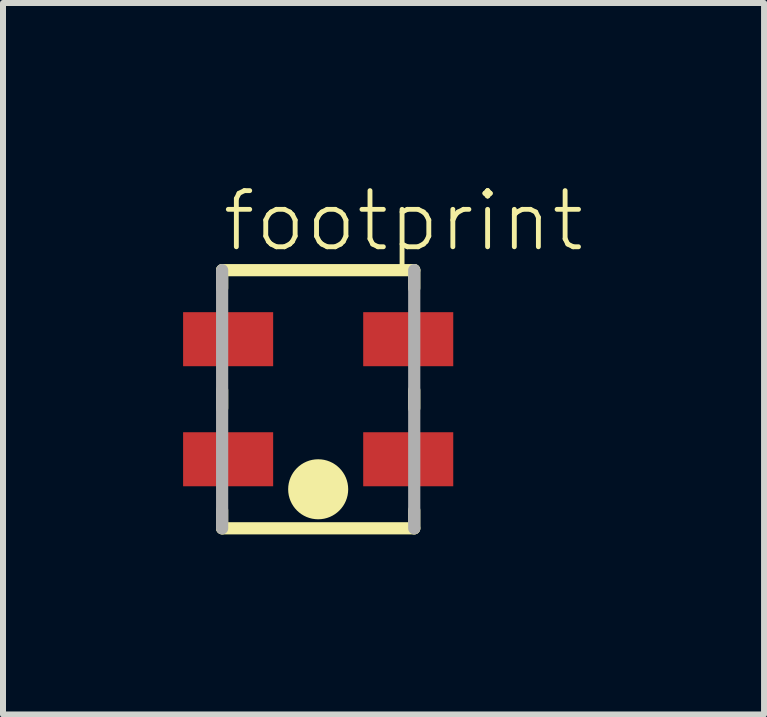
<source format=kicad_pcb>
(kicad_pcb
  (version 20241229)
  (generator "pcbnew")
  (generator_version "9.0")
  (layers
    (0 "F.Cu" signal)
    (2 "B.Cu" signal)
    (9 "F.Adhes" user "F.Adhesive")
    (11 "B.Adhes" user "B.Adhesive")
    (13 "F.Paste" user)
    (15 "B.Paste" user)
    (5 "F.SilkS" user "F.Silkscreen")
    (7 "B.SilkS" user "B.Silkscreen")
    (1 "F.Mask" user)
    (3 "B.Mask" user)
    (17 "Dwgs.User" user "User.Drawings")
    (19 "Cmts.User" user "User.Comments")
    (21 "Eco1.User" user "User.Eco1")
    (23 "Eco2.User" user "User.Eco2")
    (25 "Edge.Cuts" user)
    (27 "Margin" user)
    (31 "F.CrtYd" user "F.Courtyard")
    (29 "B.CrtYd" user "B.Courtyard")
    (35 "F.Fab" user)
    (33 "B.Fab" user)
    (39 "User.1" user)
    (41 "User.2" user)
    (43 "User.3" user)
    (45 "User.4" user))
  (footprint "footprint"
    (layer "F.Cu")
    (at 2.25 3.6)
    (property "Reference" "footprint" (at -1.639 -2.421 0) (layer "F.SilkS") (effects (font (size 0.935 0.935) (thickness 0.081)) (justify left bottom)))
    (fp_line (start -1.6 -2.15) (end 1.6 -2.15) (stroke (width 0.203) (type solid)) (layer "F.SilkS"))
    (fp_line (start -1.6 -1.85) (end -1.6 -2.15) (stroke (width 0.203) (type solid)) (layer "F.SilkS"))
    (fp_line (start -1.6 0.15) (end -1.6 -0.15) (stroke (width 0.203) (type solid)) (layer "F.SilkS"))
    (fp_line (start -1.6 2.15) (end -1.6 1.85) (stroke (width 0.203) (type solid)) (layer "F.SilkS"))
    (fp_line (start 1.6 -2.15) (end 1.6 -1.85) (stroke (width 0.203) (type solid)) (layer "F.SilkS"))
    (fp_line (start 1.6 -0.15) (end 1.6 0.15) (stroke (width 0.203) (type solid)) (layer "F.SilkS"))
    (fp_line (start 1.6 1.85) (end 1.6 2.15) (stroke (width 0.203) (type solid)) (layer "F.SilkS"))
    (fp_line (start 1.6 2.15) (end -1.6 2.15) (stroke (width 0.203) (type solid)) (layer "F.SilkS"))
    (fp_circle (center 0 1.5) (end 0.25 1.5) (stroke (width 0.5) (type solid)) (fill yes) (layer "F.SilkS"))
    (fp_line (start -1.6 2.15) (end -1.6 -2.15) (stroke (width 0.203) (type solid)) (layer "F.Fab"))
    (fp_line (start 1.6 -2.15) (end 1.6 2.15) (stroke (width 0.203) (type solid)) (layer "F.Fab"))
    (pad "A1" smd rect (at -1.5 -1) (size 1.5 0.9) (layers "F.Cu" "F.Mask" "F.Paste"))
    (pad "A2" smd rect (at 1.5 1) (size 1.5 0.9) (layers "F.Cu" "F.Mask" "F.Paste"))
    (pad "E1" smd rect (at -1.5 1) (size 1.5 0.9) (layers "F.Cu" "F.Mask" "F.Paste"))
    (pad "E2" smd rect (at 1.5 -1) (size 1.5 0.9) (layers "F.Cu" "F.Mask" "F.Paste")))
  (gr_rect
    (start -3 -3)
    (end 9.677 8.851)
    (stroke (width 0.1) (type default))
    (fill no)
    (layer "Edge.Cuts")))
</source>
